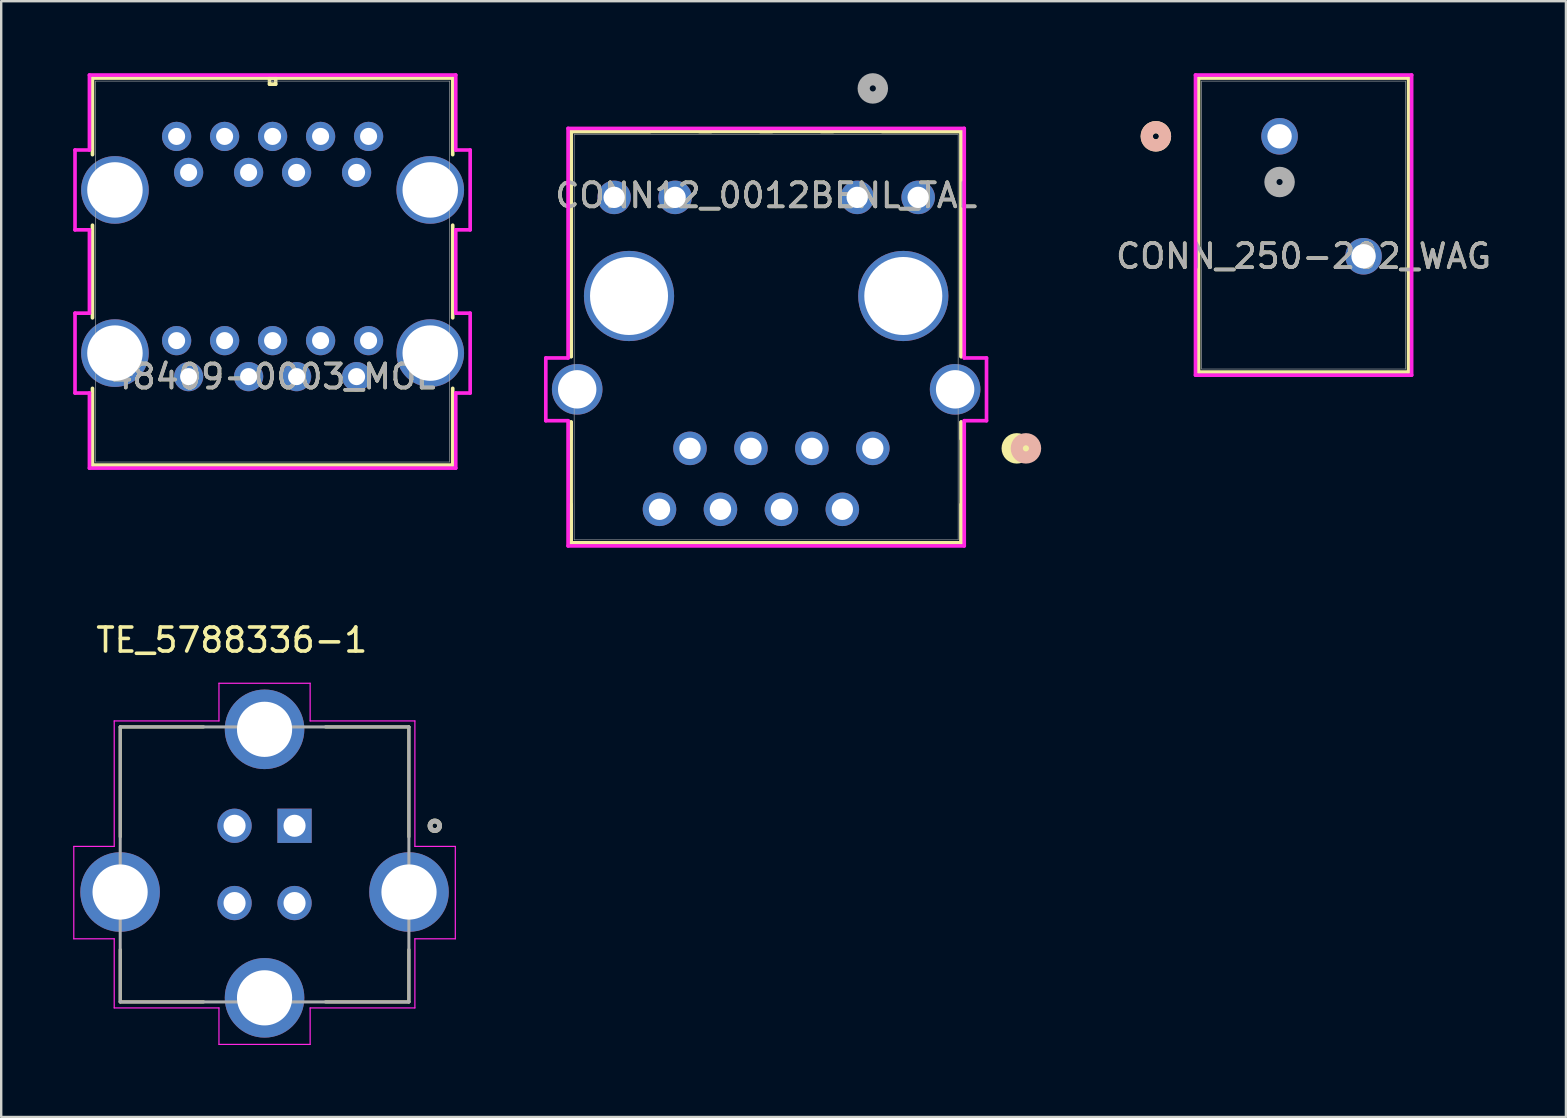
<source format=kicad_pcb>
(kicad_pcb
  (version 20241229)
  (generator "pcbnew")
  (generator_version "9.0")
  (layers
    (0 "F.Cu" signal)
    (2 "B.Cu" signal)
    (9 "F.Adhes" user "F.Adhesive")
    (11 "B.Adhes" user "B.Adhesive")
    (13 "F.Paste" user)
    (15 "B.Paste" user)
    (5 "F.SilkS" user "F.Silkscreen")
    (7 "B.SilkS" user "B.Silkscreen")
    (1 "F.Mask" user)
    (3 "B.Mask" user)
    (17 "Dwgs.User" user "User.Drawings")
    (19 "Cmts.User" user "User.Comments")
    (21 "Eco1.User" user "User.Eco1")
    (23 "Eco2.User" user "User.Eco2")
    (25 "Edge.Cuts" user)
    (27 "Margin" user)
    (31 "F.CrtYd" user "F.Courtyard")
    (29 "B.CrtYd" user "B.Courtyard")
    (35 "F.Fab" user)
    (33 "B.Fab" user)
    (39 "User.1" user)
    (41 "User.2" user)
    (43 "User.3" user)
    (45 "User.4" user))
  (footprint "TE_5788336-1"
    (layer "F.Cu")
    (at 7.975 34.124)
    (property "Reference" "TE_5788336-1" (at -1.366 -10.499 0) (layer "F.SilkS") (effects (font (size 1 1) (thickness 0.15))))
    (attr through_hole)
    (fp_line (start -6.015 -6.88) (end -6.015 -2.3) (stroke (width 0.127) (type solid)) (layer "F.SilkS"))
    (fp_line (start -6.015 -6.88) (end -2.54 -6.88) (stroke (width 0.127) (type solid)) (layer "F.SilkS"))
    (fp_line (start -6.015 2.4) (end -6.015 4.58) (stroke (width 0.127) (type solid)) (layer "F.SilkS"))
    (fp_line (start -6.015 4.58) (end -2.54 4.58) (stroke (width 0.127) (type solid)) (layer "F.SilkS"))
    (fp_line (start 2.54 -6.88) (end 6.015 -6.88) (stroke (width 0.127) (type solid)) (layer "F.SilkS"))
    (fp_line (start 2.54 4.58) (end 6.015 4.58) (stroke (width 0.127) (type solid)) (layer "F.SilkS"))
    (fp_line (start 6.015 -6.88) (end 6.015 -2.3) (stroke (width 0.127) (type solid)) (layer "F.SilkS"))
    (fp_line (start 6.015 2.4) (end 6.015 4.58) (stroke (width 0.127) (type solid)) (layer "F.SilkS"))
    (fp_circle (center 7.095 -2.76) (end 7.295 -2.76) (stroke (width 0.2) (type solid)) (fill no) (layer "F.SilkS"))
    (fp_line (start -7.95 -1.9) (end -6.265 -1.9) (stroke (width 0.05) (type solid)) (layer "F.CrtYd"))
    (fp_line (start -7.95 1.95) (end -7.95 -1.9) (stroke (width 0.05) (type solid)) (layer "F.CrtYd"))
    (fp_line (start -6.265 -7.13) (end -1.9 -7.13) (stroke (width 0.05) (type solid)) (layer "F.CrtYd"))
    (fp_line (start -6.265 -1.9) (end -6.265 -7.13) (stroke (width 0.05) (type solid)) (layer "F.CrtYd"))
    (fp_line (start -6.265 1.95) (end -7.95 1.95) (stroke (width 0.05) (type solid)) (layer "F.CrtYd"))
    (fp_line (start -6.265 4.83) (end -6.265 1.95) (stroke (width 0.05) (type solid)) (layer "F.CrtYd"))
    (fp_line (start -1.9 -8.7) (end 1.9 -8.7) (stroke (width 0.05) (type solid)) (layer "F.CrtYd"))
    (fp_line (start -1.9 -7.13) (end -1.9 -8.7) (stroke (width 0.05) (type solid)) (layer "F.CrtYd"))
    (fp_line (start -1.9 4.83) (end -6.265 4.83) (stroke (width 0.05) (type solid)) (layer "F.CrtYd"))
    (fp_line (start -1.9 6.35) (end -1.9 4.83) (stroke (width 0.05) (type solid)) (layer "F.CrtYd"))
    (fp_line (start 1.9 -8.7) (end 1.9 -7.13) (stroke (width 0.05) (type solid)) (layer "F.CrtYd"))
    (fp_line (start 1.9 -7.13) (end 6.265 -7.13) (stroke (width 0.05) (type solid)) (layer "F.CrtYd"))
    (fp_line (start 1.9 4.83) (end 1.9 6.35) (stroke (width 0.05) (type solid)) (layer "F.CrtYd"))
    (fp_line (start 1.9 6.35) (end -1.9 6.35) (stroke (width 0.05) (type solid)) (layer "F.CrtYd"))
    (fp_line (start 6.265 -7.13) (end 6.265 -1.9) (stroke (width 0.05) (type solid)) (layer "F.CrtYd"))
    (fp_line (start 6.265 -1.9) (end 7.95 -1.9) (stroke (width 0.05) (type solid)) (layer "F.CrtYd"))
    (fp_line (start 6.265 1.95) (end 6.265 4.83) (stroke (width 0.05) (type solid)) (layer "F.CrtYd"))
    (fp_line (start 6.265 4.83) (end 1.9 4.83) (stroke (width 0.05) (type solid)) (layer "F.CrtYd"))
    (fp_line (start 7.95 -1.9) (end 7.95 1.95) (stroke (width 0.05) (type solid)) (layer "F.CrtYd"))
    (fp_line (start 7.95 1.95) (end 6.265 1.95) (stroke (width 0.05) (type solid)) (layer "F.CrtYd"))
    (fp_line (start -6.015 -6.88) (end 6.015 -6.88) (stroke (width 0.127) (type solid)) (layer "F.Fab"))
    (fp_line (start -6.015 4.58) (end -6.015 -6.88) (stroke (width 0.127) (type solid)) (layer "F.Fab"))
    (fp_line (start 6.015 -6.88) (end 6.015 4.58) (stroke (width 0.127) (type solid)) (layer "F.Fab"))
    (fp_line (start 6.015 4.58) (end -6.015 4.58) (stroke (width 0.127) (type solid)) (layer "F.Fab"))
    (fp_circle (center 7.095 -2.76) (end 7.295 -2.76) (stroke (width 0.2) (type solid)) (fill no) (layer "F.Fab"))
    (pad "1" thru_hole rect (at 1.25 -2.76) (size 1.428 1.428) (drill 0.92) (layers "*.Cu" "*.Mask"))
    (pad "2" thru_hole circle (at -1.25 -2.76) (size 1.428 1.428) (drill 0.92) (layers "*.Cu" "*.Mask"))
    (pad "3" thru_hole circle (at -1.25 0.46) (size 1.428 1.428) (drill 0.92) (layers "*.Cu" "*.Mask"))
    (pad "4" thru_hole circle (at 1.25 0.46) (size 1.428 1.428) (drill 0.92) (layers "*.Cu" "*.Mask"))
    (pad "5" thru_hole circle (at 0 -6.78) (size 3.316 3.316) (drill 2.3) (layers "*.Cu" "*.Mask"))
    (pad "6" thru_hole circle (at 0 4.41) (size 3.316 3.316) (drill 2.3) (layers "*.Cu" "*.Mask"))
    (pad "7" thru_hole circle (at -6.02 0) (size 3.316 3.316) (drill 2.3) (layers "*.Cu" "*.Mask"))
    (pad "8" thru_hole circle (at 6.02 0) (size 3.316 3.316) (drill 2.3) (layers "*.Cu" "*.Mask")))
  (footprint "CONN_250-202_WAG"
    (layer "F.Cu")
    (at 50.275 2.63)
    (property "Reference" "CONN_250-202_WAG" (at 1 5 0) (unlocked yes) (layer "F.SilkS") (effects (font (size 1 1) (thickness 0.15))))
    (attr through_hole)
    (fp_line (start -3.377 -2.427) (end -3.377 9.827) (stroke (width 0.152) (type solid)) (layer "F.SilkS"))
    (fp_line (start -3.377 9.827) (end 5.377 9.827) (stroke (width 0.152) (type solid)) (layer "F.SilkS"))
    (fp_line (start 5.377 -2.427) (end -3.377 -2.427) (stroke (width 0.152) (type solid)) (layer "F.SilkS"))
    (fp_line (start 5.377 9.827) (end 5.377 -2.427) (stroke (width 0.152) (type solid)) (layer "F.SilkS"))
    (fp_circle (center -5.155 0) (end -4.774 0) (stroke (width 0.508) (type solid)) (fill no) (layer "F.SilkS"))
    (fp_circle (center -5.155 0) (end -4.774 0) (stroke (width 0.508) (type solid)) (fill no) (layer "B.SilkS"))
    (fp_line (start -3.504 -2.554) (end -3.504 9.954) (stroke (width 0.152) (type solid)) (layer "F.CrtYd"))
    (fp_line (start -3.504 9.954) (end 5.504 9.954) (stroke (width 0.152) (type solid)) (layer "F.CrtYd"))
    (fp_line (start 5.504 -2.554) (end -3.504 -2.554) (stroke (width 0.152) (type solid)) (layer "F.CrtYd"))
    (fp_line (start 5.504 9.954) (end 5.504 -2.554) (stroke (width 0.152) (type solid)) (layer "F.CrtYd"))
    (fp_line (start -3.25 -2.3) (end -3.25 9.7) (stroke (width 0.025) (type solid)) (layer "F.Fab"))
    (fp_line (start -3.25 9.7) (end 5.25 9.7) (stroke (width 0.025) (type solid)) (layer "F.Fab"))
    (fp_line (start 5.25 -2.3) (end -3.25 -2.3) (stroke (width 0.025) (type solid)) (layer "F.Fab"))
    (fp_line (start 5.25 9.7) (end 5.25 -2.3) (stroke (width 0.025) (type solid)) (layer "F.Fab"))
    (fp_circle (center 0 1.905) (end 0.381 1.905) (stroke (width 0.508) (type solid)) (fill no) (layer "F.Fab"))
    (fp_text user "${REFERENCE}" (at 1 5 0) (unlocked yes) (layer "F.Fab") (effects (font (size 1 1) (thickness 0.15))))
    (pad "1" thru_hole circle (at -0.000001 0) (size 1.524 1.524) (drill 1.016) (layers "*.Cu" "*.Mask"))
    (pad "2" thru_hole circle (at 3.5 5) (size 1.524 1.524) (drill 1.016) (layers "*.Cu" "*.Mask")))
  (footprint "48409-0003_MOL"
    (layer "F.Cu")
    (at 4.81 12.645)
    (property "Reference" "48409-0003_MOL" (at 3.5 0 0) (unlocked yes) (layer "F.SilkS") (effects (font (size 1 1) (thickness 0.15))))
    (attr through_hole)
    (fp_line (start -4.006 -12.442) (end -4.006 -9.25) (stroke (width 0.152) (type solid)) (layer "F.SilkS"))
    (fp_line (start -4.006 -6.31) (end -4.006 -2.45) (stroke (width 0.152) (type solid)) (layer "F.SilkS"))
    (fp_line (start -4.006 0.49) (end -4.006 3.687) (stroke (width 0.152) (type solid)) (layer "F.SilkS"))
    (fp_line (start -4.006 3.687) (end 11.006 3.687) (stroke (width 0.152) (type solid)) (layer "F.SilkS"))
    (fp_line (start 3.373 -12.442) (end 3.373 -12.188) (stroke (width 0.152) (type solid)) (layer "F.SilkS"))
    (fp_line (start 3.373 -12.188) (end 3.627 -12.188) (stroke (width 0.152) (type solid)) (layer "F.SilkS"))
    (fp_line (start 3.627 -12.442) (end 3.373 -12.442) (stroke (width 0.152) (type solid)) (layer "F.SilkS"))
    (fp_line (start 3.627 -12.188) (end 3.627 -12.442) (stroke (width 0.152) (type solid)) (layer "F.SilkS"))
    (fp_line (start 11.006 -12.442) (end -4.006 -12.442) (stroke (width 0.152) (type solid)) (layer "F.SilkS"))
    (fp_line (start 11.006 -9.25) (end 11.006 -12.442) (stroke (width 0.152) (type solid)) (layer "F.SilkS"))
    (fp_line (start 11.006 -2.45) (end 11.006 -6.31) (stroke (width 0.152) (type solid)) (layer "F.SilkS"))
    (fp_line (start 11.006 3.687) (end 11.006 0.49) (stroke (width 0.152) (type solid)) (layer "F.SilkS"))
    (fp_line (start -4.734 -9.444) (end -4.734 -6.116) (stroke (width 0.152) (type solid)) (layer "F.CrtYd"))
    (fp_line (start -4.734 -6.116) (end -4.133 -6.116) (stroke (width 0.152) (type solid)) (layer "F.CrtYd"))
    (fp_line (start -4.734 -2.644) (end -4.734 0.684) (stroke (width 0.152) (type solid)) (layer "F.CrtYd"))
    (fp_line (start -4.734 0.684) (end -4.133 0.684) (stroke (width 0.152) (type solid)) (layer "F.CrtYd"))
    (fp_line (start -4.133 -12.569) (end -4.133 -9.444) (stroke (width 0.152) (type solid)) (layer "F.CrtYd"))
    (fp_line (start -4.133 -9.444) (end -4.734 -9.444) (stroke (width 0.152) (type solid)) (layer "F.CrtYd"))
    (fp_line (start -4.133 -6.116) (end -4.133 -2.644) (stroke (width 0.152) (type solid)) (layer "F.CrtYd"))
    (fp_line (start -4.133 -2.644) (end -4.734 -2.644) (stroke (width 0.152) (type solid)) (layer "F.CrtYd"))
    (fp_line (start -4.133 0.684) (end -4.133 3.814) (stroke (width 0.152) (type solid)) (layer "F.CrtYd"))
    (fp_line (start -4.133 3.814) (end 11.133 3.814) (stroke (width 0.152) (type solid)) (layer "F.CrtYd"))
    (fp_line (start 11.133 -12.569) (end -4.133 -12.569) (stroke (width 0.152) (type solid)) (layer "F.CrtYd"))
    (fp_line (start 11.133 -9.444) (end 11.133 -12.569) (stroke (width 0.152) (type solid)) (layer "F.CrtYd"))
    (fp_line (start 11.133 -6.116) (end 11.734 -6.116) (stroke (width 0.152) (type solid)) (layer "F.CrtYd"))
    (fp_line (start 11.133 -2.644) (end 11.133 -6.116) (stroke (width 0.152) (type solid)) (layer "F.CrtYd"))
    (fp_line (start 11.133 0.684) (end 11.734 0.684) (stroke (width 0.152) (type solid)) (layer "F.CrtYd"))
    (fp_line (start 11.133 3.814) (end 11.133 0.684) (stroke (width 0.152) (type solid)) (layer "F.CrtYd"))
    (fp_line (start 11.734 -9.444) (end 11.133 -9.444) (stroke (width 0.152) (type solid)) (layer "F.CrtYd"))
    (fp_line (start 11.734 -6.116) (end 11.734 -9.444) (stroke (width 0.152) (type solid)) (layer "F.CrtYd"))
    (fp_line (start 11.734 -2.644) (end 11.133 -2.644) (stroke (width 0.152) (type solid)) (layer "F.CrtYd"))
    (fp_line (start 11.734 0.684) (end 11.734 -2.644) (stroke (width 0.152) (type solid)) (layer "F.CrtYd"))
    (fp_line (start -3.879 -12.315) (end -3.879 3.56) (stroke (width 0.025) (type solid)) (layer "F.Fab"))
    (fp_line (start -3.879 3.56) (end 10.879 3.56) (stroke (width 0.025) (type solid)) (layer "F.Fab"))
    (fp_line (start 3.5 -12.315) (end 3.5 -12.315) (stroke (width 0.025) (type solid)) (layer "F.Fab"))
    (fp_line (start 3.5 -12.315) (end 3.5 -12.315) (stroke (width 0.025) (type solid)) (layer "F.Fab"))
    (fp_line (start 3.5 -12.315) (end 3.5 -12.315) (stroke (width 0.025) (type solid)) (layer "F.Fab"))
    (fp_line (start 3.5 -12.315) (end 3.5 -12.315) (stroke (width 0.025) (type solid)) (layer "F.Fab"))
    (fp_line (start 10.879 -12.315) (end -3.879 -12.315) (stroke (width 0.025) (type solid)) (layer "F.Fab"))
    (fp_line (start 10.879 3.56) (end 10.879 -12.315) (stroke (width 0.025) (type solid)) (layer "F.Fab"))
    (fp_text user "*" (at -2.54 0 0) (unlocked yes) (layer "F.SilkS") (effects (font (size 1 1) (thickness 0.15))))
    (fp_text user "*" (at -2.54 0 0) (layer "F.SilkS") (effects (font (size 1 1) (thickness 0.15))))
    (fp_text user "*" (at -2.54 0 0) (layer "F.Fab") (effects (font (size 1 1) (thickness 0.15))))
    (fp_text user "${REFERENCE}" (at 3.5 0 0) (unlocked yes) (layer "F.Fab") (effects (font (size 1 1) (thickness 0.15))))
    (fp_text user "*" (at -2.54 0 0) (unlocked yes) (layer "F.Fab") (effects (font (size 1 1) (thickness 0.15))))
    (pad "1" thru_hole circle (at 0 0) (size 1.219 1.219) (drill 0.711) (layers "*.Cu" "*.Mask"))
    (pad "2" thru_hole circle (at 2.5 0) (size 1.219 1.219) (drill 0.711) (layers "*.Cu" "*.Mask"))
    (pad "3" thru_hole circle (at 4.5 0) (size 1.219 1.219) (drill 0.711) (layers "*.Cu" "*.Mask"))
    (pad "4" thru_hole circle (at 7 0) (size 1.219 1.219) (drill 0.711) (layers "*.Cu" "*.Mask"))
    (pad "5" thru_hole circle (at 7.5 -1.5) (size 1.219 1.219) (drill 0.711) (layers "*.Cu" "*.Mask"))
    (pad "6" thru_hole circle (at 5.5 -1.5) (size 1.219 1.219) (drill 0.711) (layers "*.Cu" "*.Mask"))
    (pad "7" thru_hole circle (at 3.5 -1.5) (size 1.219 1.219) (drill 0.711) (layers "*.Cu" "*.Mask"))
    (pad "8" thru_hole circle (at 1.5 -1.5) (size 1.219 1.219) (drill 0.711) (layers "*.Cu" "*.Mask"))
    (pad "9" thru_hole circle (at -0.5 -1.5) (size 1.219 1.219) (drill 0.711) (layers "*.Cu" "*.Mask"))
    (pad "10" thru_hole circle (at 0 -8.51) (size 1.219 1.219) (drill 0.711) (layers "*.Cu" "*.Mask"))
    (pad "11" thru_hole circle (at 2.5 -8.51) (size 1.219 1.219) (drill 0.711) (layers "*.Cu" "*.Mask"))
    (pad "12" thru_hole circle (at 4.5 -8.51) (size 1.219 1.219) (drill 0.711) (layers "*.Cu" "*.Mask"))
    (pad "13" thru_hole circle (at 7 -8.51) (size 1.219 1.219) (drill 0.711) (layers "*.Cu" "*.Mask"))
    (pad "14" thru_hole circle (at 7.5 -10.01) (size 1.219 1.219) (drill 0.711) (layers "*.Cu" "*.Mask"))
    (pad "15" thru_hole circle (at 5.5 -10.01) (size 1.219 1.219) (drill 0.711) (layers "*.Cu" "*.Mask"))
    (pad "16" thru_hole circle (at 3.5 -10.01) (size 1.219 1.219) (drill 0.711) (layers "*.Cu" "*.Mask"))
    (pad "17" thru_hole circle (at 1.5 -10.01) (size 1.219 1.219) (drill 0.711) (layers "*.Cu" "*.Mask"))
    (pad "18" thru_hole circle (at -0.5 -10.01) (size 1.219 1.219) (drill 0.711) (layers "*.Cu" "*.Mask"))
    (pad "19" thru_hole circle (at -3.07 -7.78) (size 2.819 2.819) (drill 2.311) (layers "*.Cu" "*.Mask"))
    (pad "20" thru_hole circle (at 10.07 -7.78) (size 2.819 2.819) (drill 2.311) (layers "*.Cu" "*.Mask"))
    (pad "21" thru_hole circle (at -3.07 -0.98) (size 2.819 2.819) (drill 2.311) (layers "*.Cu" "*.Mask"))
    (pad "22" thru_hole circle (at 10.07 -0.98) (size 2.819 2.819) (drill 2.311) (layers "*.Cu" "*.Mask")))
  (footprint "CONN12_0012BENL_TAL"
    (layer "F.Cu")
    (at 33.324 15.635)
    (property "Reference" "CONN12_0012BENL_TAL" (at -4.445 -10.54 0) (unlocked yes) (layer "F.SilkS") (effects (font (size 1 1) (thickness 0.15))))
    (attr through_hole)
    (fp_line (start -12.573 -13.207) (end -12.573 -3.824) (stroke (width 0.152) (type solid)) (layer "F.SilkS"))
    (fp_line (start -12.573 -13.207) (end 3.683 -13.207) (stroke (width 0.152) (type solid)) (layer "F.SilkS"))
    (fp_line (start -12.573 -3.824) (end -12.573 -13.207) (stroke (width 0.152) (type solid)) (layer "F.SilkS"))
    (fp_line (start -12.573 -1.096) (end -12.573 -0.394) (stroke (width 0.152) (type solid)) (layer "F.SilkS"))
    (fp_line (start -12.573 2.334) (end -12.573 3.938) (stroke (width 0.152) (type solid)) (layer "F.SilkS"))
    (fp_line (start -12.573 3.938) (end -12.573 -1.096) (stroke (width 0.152) (type solid)) (layer "F.SilkS"))
    (fp_line (start -12.573 3.938) (end 3.683 3.938) (stroke (width 0.152) (type solid)) (layer "F.SilkS"))
    (fp_line (start -9.278 -13.207) (end -12.573 -13.207) (stroke (width 0.152) (type solid)) (layer "F.SilkS"))
    (fp_line (start -6.738 -13.207) (end -7.232 -13.207) (stroke (width 0.152) (type solid)) (layer "F.SilkS"))
    (fp_line (start -4.198 -13.207) (end -4.692 -13.207) (stroke (width 0.152) (type solid)) (layer "F.SilkS"))
    (fp_line (start -1.658 -13.207) (end -2.152 -13.207) (stroke (width 0.152) (type solid)) (layer "F.SilkS"))
    (fp_line (start 3.683 -13.207) (end 0.388 -13.207) (stroke (width 0.152) (type solid)) (layer "F.SilkS"))
    (fp_line (start 3.683 -13.207) (end 3.683 -3.824) (stroke (width 0.152) (type solid)) (layer "F.SilkS"))
    (fp_line (start 3.683 -3.824) (end 3.683 -13.207) (stroke (width 0.152) (type solid)) (layer "F.SilkS"))
    (fp_line (start 3.683 -1.096) (end 3.683 3.938) (stroke (width 0.152) (type solid)) (layer "F.SilkS"))
    (fp_line (start 3.683 -0.394) (end 3.683 -1.096) (stroke (width 0.152) (type solid)) (layer "F.SilkS"))
    (fp_line (start 3.683 3.938) (end -12.573 3.938) (stroke (width 0.152) (type solid)) (layer "F.SilkS"))
    (fp_line (start 3.683 3.938) (end 3.683 2.334) (stroke (width 0.152) (type solid)) (layer "F.SilkS"))
    (fp_circle (center 6 0) (end 6.381 0) (stroke (width 0.508) (type solid)) (fill no) (layer "F.SilkS"))
    (fp_circle (center 6.381 0) (end 6.762 0) (stroke (width 0.508) (type solid)) (fill no) (layer "B.SilkS"))
    (fp_line (start -13.628 -3.768) (end -13.628 -1.152) (stroke (width 0.152) (type solid)) (layer "F.CrtYd"))
    (fp_line (start -13.628 -1.152) (end -12.7 -1.152) (stroke (width 0.152) (type solid)) (layer "F.CrtYd"))
    (fp_line (start -12.7 -13.334) (end -12.7 -3.768) (stroke (width 0.152) (type solid)) (layer "F.CrtYd"))
    (fp_line (start -12.7 -3.768) (end -13.628 -3.768) (stroke (width 0.152) (type solid)) (layer "F.CrtYd"))
    (fp_line (start -12.7 -1.152) (end -12.7 4.065) (stroke (width 0.152) (type solid)) (layer "F.CrtYd"))
    (fp_line (start -12.7 4.065) (end 3.81 4.065) (stroke (width 0.152) (type solid)) (layer "F.CrtYd"))
    (fp_line (start 3.81 -13.334) (end -12.7 -13.334) (stroke (width 0.152) (type solid)) (layer "F.CrtYd"))
    (fp_line (start 3.81 -3.768) (end 3.81 -13.334) (stroke (width 0.152) (type solid)) (layer "F.CrtYd"))
    (fp_line (start 3.81 -1.152) (end 4.738 -1.152) (stroke (width 0.152) (type solid)) (layer "F.CrtYd"))
    (fp_line (start 3.81 4.065) (end 3.81 -1.152) (stroke (width 0.152) (type solid)) (layer "F.CrtYd"))
    (fp_line (start 4.738 -3.768) (end 3.81 -3.768) (stroke (width 0.152) (type solid)) (layer "F.CrtYd"))
    (fp_line (start 4.738 -1.152) (end 4.738 -3.768) (stroke (width 0.152) (type solid)) (layer "F.CrtYd"))
    (fp_line (start -12.446 -13.08) (end -12.446 3.811) (stroke (width 0.025) (type solid)) (layer "F.Fab"))
    (fp_line (start -12.446 3.811) (end 3.556 3.811) (stroke (width 0.025) (type solid)) (layer "F.Fab"))
    (fp_line (start 3.556 -13.08) (end -12.446 -13.08) (stroke (width 0.025) (type solid)) (layer "F.Fab"))
    (fp_line (start 3.556 3.811) (end 3.556 -13.08) (stroke (width 0.025) (type solid)) (layer "F.Fab"))
    (fp_circle (center 0 -15) (end 0.381 -15) (stroke (width 0.508) (type solid)) (fill no) (layer "F.Fab"))
    (fp_text user "${REFERENCE}" (at -4.445 -10.54 0) (unlocked yes) (layer "F.Fab") (effects (font (size 1 1) (thickness 0.15))))
    (pad "1" thru_hole circle (at 0 0) (size 1.397 1.397) (drill 0.889) (layers "*.Cu" "*.Mask"))
    (pad "2" thru_hole circle (at -1.27 2.54) (size 1.397 1.397) (drill 0.889) (layers "*.Cu" "*.Mask"))
    (pad "3" thru_hole circle (at -2.54 0) (size 1.397 1.397) (drill 0.889) (layers "*.Cu" "*.Mask"))
    (pad "4" thru_hole circle (at -3.81 2.54) (size 1.397 1.397) (drill 0.889) (layers "*.Cu" "*.Mask"))
    (pad "5" thru_hole circle (at -5.08 0) (size 1.397 1.397) (drill 0.889) (layers "*.Cu" "*.Mask"))
    (pad "6" thru_hole circle (at -6.35 2.54) (size 1.397 1.397) (drill 0.889) (layers "*.Cu" "*.Mask"))
    (pad "7" thru_hole circle (at -7.62 0) (size 1.397 1.397) (drill 0.889) (layers "*.Cu" "*.Mask"))
    (pad "8" thru_hole circle (at -8.89 2.54) (size 1.397 1.397) (drill 0.889) (layers "*.Cu" "*.Mask"))
    (pad "9" thru_hole circle (at 1.89 -10.46) (size 1.397 1.397) (drill 0.889) (layers "*.Cu" "*.Mask"))
    (pad "10" thru_hole circle (at -0.65 -10.46) (size 1.397 1.397) (drill 0.889) (layers "*.Cu" "*.Mask"))
    (pad "11" thru_hole circle (at -8.24 -10.46) (size 1.397 1.397) (drill 0.889) (layers "*.Cu" "*.Mask"))
    (pad "12" thru_hole circle (at -10.78 -10.46) (size 1.397 1.397) (drill 0.889) (layers "*.Cu" "*.Mask"))
    (pad "13" thru_hole circle (at -10.16 -6.35) (size 3.759 3.759) (drill 3.251) (layers "*.Cu" "*.Mask"))
    (pad "14" thru_hole circle (at -12.32 -2.46) (size 2.108 2.108) (drill 1.6) (layers "*.Cu" "*.Mask"))
    (pad "15" thru_hole circle (at 1.27 -6.35) (size 3.759 3.759) (drill 3.251) (layers "*.Cu" "*.Mask"))
    (pad "16" thru_hole circle (at 3.43 -2.46) (size 2.108 2.108) (drill 1.6) (layers "*.Cu" "*.Mask")))
  (gr_rect
    (start -3 -3)
    (end 62.209 43.499)
    (stroke (width 0.1) (type default))
    (fill no)
    (layer "Edge.Cuts")))
</source>
